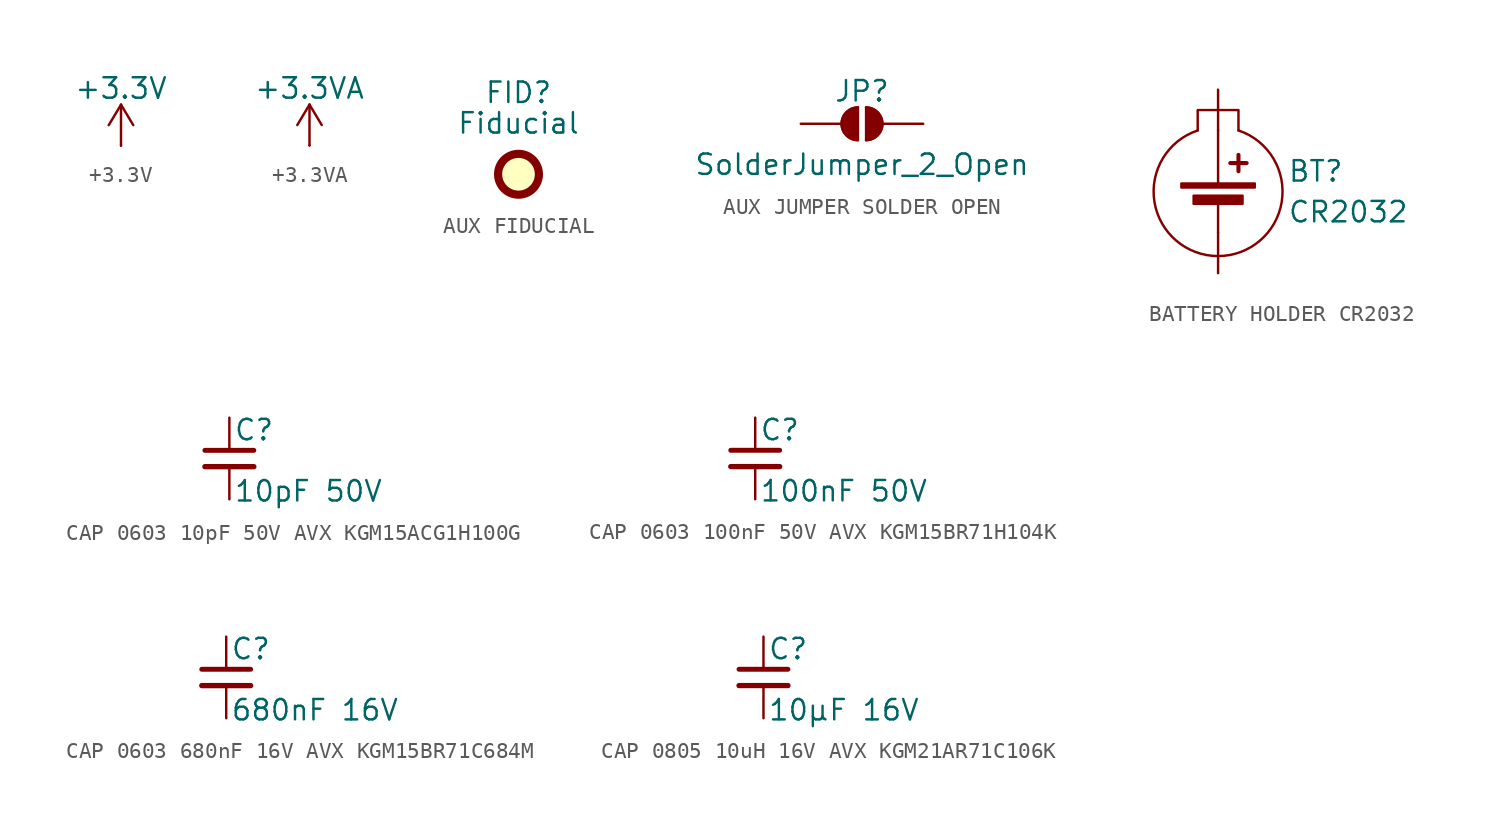
<source format=kicad_sym>
(kicad_symbol_lib
  (version 20231120)
  (generator "kicad_symbol_editor")
  (generator_version "8.0")
  (symbol "+3.3V"
    (power)
    (pin_numbers hide)
    (pin_names
      (offset 0) hide)
    (property "Reference" "#PWR"
      (at 0 -3.81 0)
      (effects (font (size 1.27 1.27)) (hide yes)))
    (property "Value" "+3.3V"
      (at 0 3.556 0)
      (effects (font (size 1.27 1.27))))
    (property "MPN" ""
      (at 0 0 0)
      (effects (font (size 1.27 1.27))))
    (property "Manufacturer" ""
      (at 0 0 0)
      (effects (font (size 1.27 1.27))))
    (property "3D Model" ""
      (at 0 0 0)
      (effects (font (size 1.27 1.27))))
    (property "Notes" ""
      (at 0 0 0)
      (effects (font (size 1.27 1.27))))
    (property "LCSC Part # " ""
      (at 0 0 0)
      (effects (font (size 1.27 1.27))))
    (property "LCSC MPN " ""
      (at 0 0 0)
      (effects (font (size 1.27 1.27))))
    (property "LCSC MANUFACTURER " ""
      (at 0 0 0)
      (effects (font (size 1.27 1.27))))
    (symbol "+3.3V_0_1"
      (polyline (pts (xy -0.762 1.27) (xy 0 2.54)) (stroke (width 0) (type default)) (fill (type none)))
      (polyline (pts (xy 0 0) (xy 0 2.54)) (stroke (width 0) (type default)) (fill (type none)))
      (polyline (pts (xy 0 2.54) (xy 0.762 1.27)) (stroke (width 0) (type default)) (fill (type none))))
    (symbol "+3.3V_1_1"
      (pin power_in line (at 0 0 90) (length 0) (name "~" (effects (font (size 1.27 1.27)))) (number "1" (effects (font (size 1.27 1.27)))))))
  (symbol "+3.3VA"
    (power)
    (pin_numbers hide)
    (pin_names
      (offset 0) hide)
    (property "Reference" "#PWR"
      (at 0 -3.81 0)
      (effects (font (size 1.27 1.27)) (hide yes)))
    (property "Value" "+3.3VA"
      (at 0 3.556 0)
      (effects (font (size 1.27 1.27))))
    (property "MPN" ""
      (at 0 0 0)
      (effects (font (size 1.27 1.27))))
    (property "Manufacturer" ""
      (at 0 0 0)
      (effects (font (size 1.27 1.27))))
    (property "3D Model" ""
      (at 0 0 0)
      (effects (font (size 1.27 1.27))))
    (property "Notes" ""
      (at 0 0 0)
      (effects (font (size 1.27 1.27))))
    (property "LCSC Part # " ""
      (at 0 0 0)
      (effects (font (size 1.27 1.27))))
    (property "LCSC MPN " ""
      (at 0 0 0)
      (effects (font (size 1.27 1.27))))
    (property "LCSC MANUFACTURER " ""
      (at 0 0 0)
      (effects (font (size 1.27 1.27))))
    (symbol "+3.3VA_0_1"
      (polyline (pts (xy -0.762 1.27) (xy 0 2.54)) (stroke (width 0) (type default)) (fill (type none)))
      (polyline (pts (xy 0 0) (xy 0 2.54)) (stroke (width 0) (type default)) (fill (type none)))
      (polyline (pts (xy 0 2.54) (xy 0.762 1.27)) (stroke (width 0) (type default)) (fill (type none))))
    (symbol "+3.3VA_1_1"
      (pin power_in line (at 0 0 90) (length 0) (name "~" (effects (font (size 1.27 1.27)))) (number "1" (effects (font (size 1.27 1.27)))))))
  (symbol "AUX FIDUCIAL"
    (property "Reference" "FID"
      (at 0 5.08 0)
      (effects (font (size 1.27 1.27))))
    (property "Value" "Fiducial"
      (at 0 3.175 0)
      (effects (font (size 1.27 1.27))))
    (symbol "AUX FIDUCIAL_0_1"
      (circle (center 0 0) (radius 1.27) (stroke (width 0.508) (type default)) (fill (type background)))))
  (symbol "AUX JUMPER SOLDER OPEN"
    (pin_numbers hide)
    (pin_names
      (offset 0) hide)
    (property "Reference" "JP"
      (at 0 2.032 0)
      (effects (font (size 1.27 1.27))))
    (property "Value" "SolderJumper_2_Open"
      (at 0 -2.54 0)
      (effects (font (size 1.27 1.27))))
    (symbol "AUX JUMPER SOLDER OPEN_0_1"
      (arc (start -0.254 1.016) (mid -1.2656 0) (end -0.254 -1.016) (stroke (width 0) (type default)) (fill (type none)))
      (arc (start -0.254 1.016) (mid -1.2656 0) (end -0.254 -1.016) (stroke (width 0) (type default)) (fill (type outline)))
      (polyline (pts (xy -0.254 1.016) (xy -0.254 -1.016)) (stroke (width 0) (type default)) (fill (type none)))
      (polyline (pts (xy 0.254 1.016) (xy 0.254 -1.016)) (stroke (width 0) (type default)) (fill (type none)))
      (arc (start 0.254 -1.016) (mid 1.2656 0) (end 0.254 1.016) (stroke (width 0) (type default)) (fill (type none)))
      (arc (start 0.254 -1.016) (mid 1.2656 0) (end 0.254 1.016) (stroke (width 0) (type default)) (fill (type outline))))
    (symbol "AUX JUMPER SOLDER OPEN_1_1"
      (pin passive line (at -3.81 0 0) (length 2.54) (name "A" (effects (font (size 1.27 1.27)))) (number "1" (effects (font (size 1.27 1.27)))))
      (pin passive line (at 3.81 0 180) (length 2.54) (name "B" (effects (font (size 1.27 1.27)))) (number "2" (effects (font (size 1.27 1.27)))))))
  (symbol "BATTERY HOLDER CR2032"
    (pin_numbers hide)
    (pin_names
      (offset 0) hide)
    (property "Reference" "BT"
      (at 4.318 1.27 0)
      (effects (font (size 1.27 1.27)) (justify left)))
    (property "Value" "CR2032"
      (at 4.318 -1.27 0)
      (effects (font (size 1.27 1.27)) (justify left)))
    (symbol "BATTERY HOLDER CR2032_0_1"
      (rectangle (start -2.286 0.508) (end 2.286 0.254) (stroke (width 0) (type default)) (fill (type outline)))
      (rectangle (start -1.524 -0.254) (end 1.524 -0.762) (stroke (width 0) (type default)) (fill (type outline)))
      (arc (start -1.27 3.81) (mid 0 -4.0161) (end 1.27 3.81) (stroke (width 0) (type default)) (fill (type none)))
      (polyline (pts (xy 0 -0.508) (xy 0 -2.54)) (stroke (width 0) (type default)) (fill (type none)))
      (polyline (pts (xy 0 0.508) (xy 0 3.81)) (stroke (width 0) (type default)) (fill (type none)))
      (polyline (pts (xy 0.762 1.778) (xy 1.778 1.778)) (stroke (width 0.254) (type default)) (fill (type none)))
      (polyline (pts (xy 1.27 2.286) (xy 1.27 1.27)) (stroke (width 0.254) (type default)) (fill (type none)))
      (polyline (pts (xy -1.27 3.81) (xy -1.27 5.08) (xy 1.27 5.08) (xy 1.27 3.81)) (stroke (width 0) (type default)) (fill (type none))))
    (symbol "BATTERY HOLDER CR2032_1_1"
      (pin passive line (at 0 6.35 270) (length 2.54) (name "+" (effects (font (size 1.27 1.27)))) (number "1" (effects (font (size 1.27 1.27)))))
      (pin passive line (at 0 -5.08 90) (length 2.54) (name "-" (effects (font (size 1.27 1.27)))) (number "2" (effects (font (size 1.27 1.27)))))))
  (symbol "CAP 0603 10pF 50V AVX KGM15ACG1H100G"
    (pin_numbers hide)
    (pin_names
      (offset 0.254) hide)
    (property "Reference" "C"
      (at 0.254 1.778 0)
      (effects (font (size 1.27 1.27)) (justify left)))
    (property "Value" "10pF 50V"
      (at 0.254 -2.032 0)
      (effects (font (size 1.27 1.27)) (justify left)))
    (symbol "CAP 0603 10pF 50V AVX KGM15ACG1H100G_0_1"
      (polyline (pts (xy -1.524 -0.508) (xy 1.524 -0.508)) (stroke (width 0.33) (type default)) (fill (type none)))
      (polyline (pts (xy -1.524 0.508) (xy 1.524 0.508)) (stroke (width 0.305) (type default)) (fill (type none))))
    (symbol "CAP 0603 10pF 50V AVX KGM15ACG1H100G_1_1"
      (pin passive line (at 0 2.54 270) (length 2.032) (name "~" (effects (font (size 1.27 1.27)))) (number "1" (effects (font (size 1.27 1.27)))))
      (pin passive line (at 0 -2.54 90) (length 2.032) (name "~" (effects (font (size 1.27 1.27)))) (number "2" (effects (font (size 1.27 1.27)))))))
  (symbol "CAP 0603 100nF 50V AVX KGM15BR71H104K "
    (pin_numbers hide)
    (pin_names
      (offset 0.254) hide)
    (property "Reference" "C"
      (at 0.254 1.778 0)
      (effects (font (size 1.27 1.27)) (justify left)))
    (property "Value" "100nF 50V"
      (at 0.254 -2.032 0)
      (effects (font (size 1.27 1.27)) (justify left)))
    (symbol "CAP 0603 100nF 50V AVX KGM15BR71H104K _0_1"
      (polyline (pts (xy -1.524 -0.508) (xy 1.524 -0.508)) (stroke (width 0.33) (type default)) (fill (type none)))
      (polyline (pts (xy -1.524 0.508) (xy 1.524 0.508)) (stroke (width 0.305) (type default)) (fill (type none))))
    (symbol "CAP 0603 100nF 50V AVX KGM15BR71H104K _1_1"
      (pin passive line (at 0 2.54 270) (length 2.032) (name "~" (effects (font (size 1.27 1.27)))) (number "1" (effects (font (size 1.27 1.27)))))
      (pin passive line (at 0 -2.54 90) (length 2.032) (name "~" (effects (font (size 1.27 1.27)))) (number "2" (effects (font (size 1.27 1.27)))))))
  (symbol "CAP 0603 680nF 16V AVX KGM15BR71C684M"
    (pin_numbers hide)
    (pin_names
      (offset 0.254) hide)
    (property "Reference" "C"
      (at 0.254 1.778 0)
      (effects (font (size 1.27 1.27)) (justify left)))
    (property "Value" "680nF 16V"
      (at 0.254 -2.032 0)
      (effects (font (size 1.27 1.27)) (justify left)))
    (symbol "CAP 0603 680nF 16V AVX KGM15BR71C684M_0_1"
      (polyline (pts (xy -1.524 -0.508) (xy 1.524 -0.508)) (stroke (width 0.33) (type default)) (fill (type none)))
      (polyline (pts (xy -1.524 0.508) (xy 1.524 0.508)) (stroke (width 0.305) (type default)) (fill (type none))))
    (symbol "CAP 0603 680nF 16V AVX KGM15BR71C684M_1_1"
      (pin passive line (at 0 2.54 270) (length 2.032) (name "~" (effects (font (size 1.27 1.27)))) (number "1" (effects (font (size 1.27 1.27)))))
      (pin passive line (at 0 -2.54 90) (length 2.032) (name "~" (effects (font (size 1.27 1.27)))) (number "2" (effects (font (size 1.27 1.27)))))))
  (symbol "CAP 0805 10uH 16V AVX KGM21AR71C106K"
    (pin_numbers hide)
    (pin_names
      (offset 0.254) hide)
    (property "Reference" "C"
      (at 0.254 1.778 0)
      (effects (font (size 1.27 1.27)) (justify left)))
    (property "Value" "10µF 16V"
      (at 0.254 -2.032 0)
      (effects (font (size 1.27 1.27)) (justify left)))
    (symbol "CAP 0805 10uH 16V AVX KGM21AR71C106K_0_1"
      (polyline (pts (xy -1.524 -0.508) (xy 1.524 -0.508)) (stroke (width 0.33) (type default)) (fill (type none)))
      (polyline (pts (xy -1.524 0.508) (xy 1.524 0.508)) (stroke (width 0.305) (type default)) (fill (type none))))
    (symbol "CAP 0805 10uH 16V AVX KGM21AR71C106K_1_1"
      (pin passive line (at 0 2.54 270) (length 2.032) (name "~" (effects (font (size 1.27 1.27)))) (number "1" (effects (font (size 1.27 1.27)))))
      (pin passive line (at 0 -2.54 90) (length 2.032) (name "~" (effects (font (size 1.27 1.27)))) (number "2" (effects (font (size 1.27 1.27))))))))
</source>
